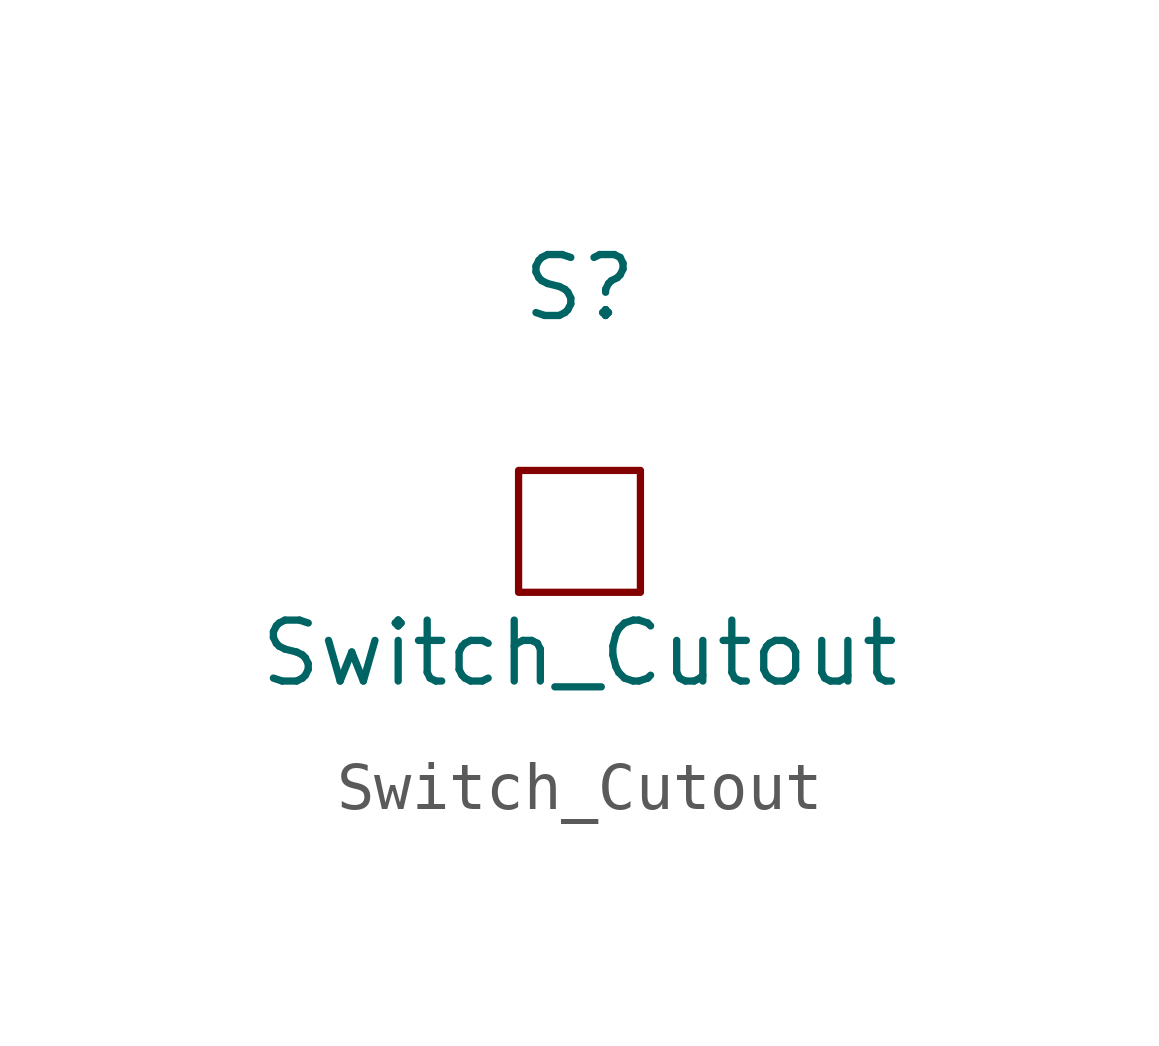
<source format=kicad_sym>
(kicad_symbol_lib
  (version 20211014)
  (generator kicad_symbol_editor)
  (symbol "Switch_Cutout"
    (property "Reference" "S"
      (at 0 5.08 0)
      (effects (font (size 1.27 1.27))))
    (property "Value" "Switch_Cutout"
      (at 0 -2.54 0)
      (effects (font (size 1.27 1.27))))
    (symbol "Switch_Cutout_0_1"
      (rectangle (start -1.27 1.27) (end 1.27 -1.27) (stroke (width 0.152) (type default) (color 0 0 0 0)) (fill (type none))))))
</source>
